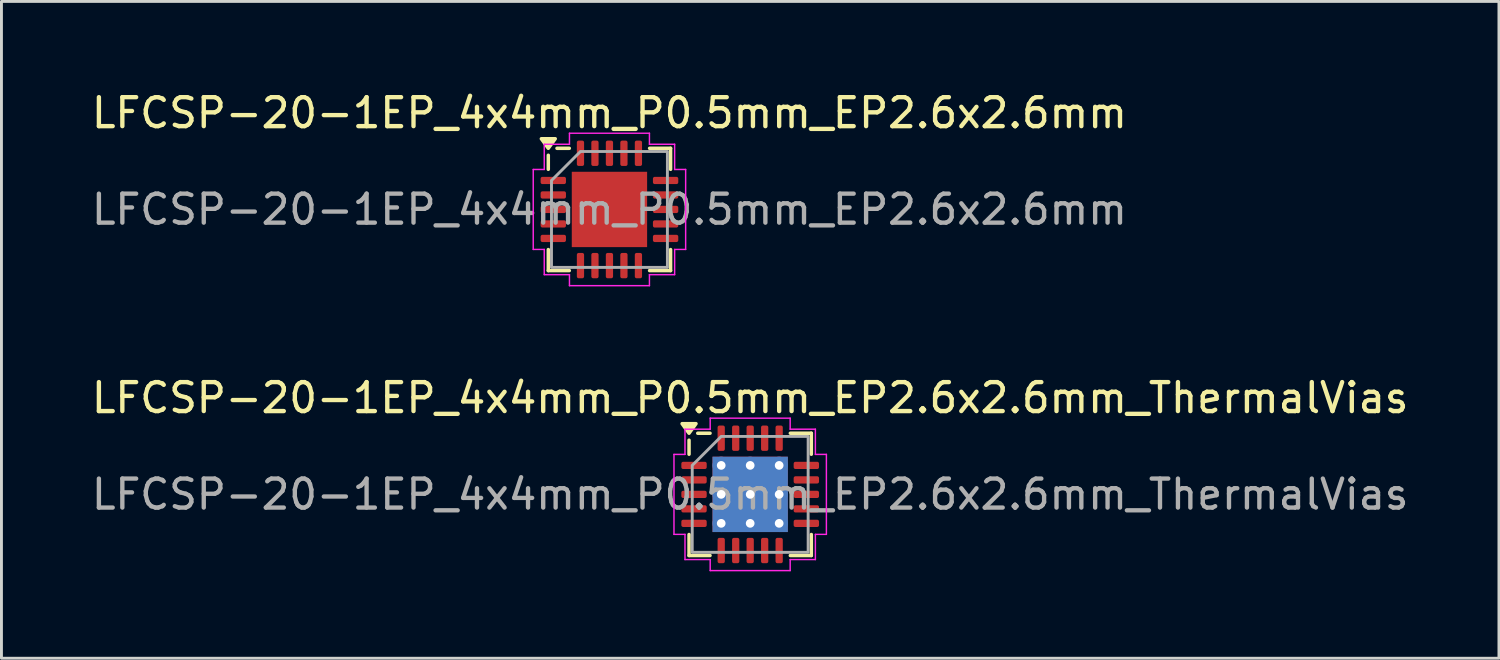
<source format=kicad_pcb>
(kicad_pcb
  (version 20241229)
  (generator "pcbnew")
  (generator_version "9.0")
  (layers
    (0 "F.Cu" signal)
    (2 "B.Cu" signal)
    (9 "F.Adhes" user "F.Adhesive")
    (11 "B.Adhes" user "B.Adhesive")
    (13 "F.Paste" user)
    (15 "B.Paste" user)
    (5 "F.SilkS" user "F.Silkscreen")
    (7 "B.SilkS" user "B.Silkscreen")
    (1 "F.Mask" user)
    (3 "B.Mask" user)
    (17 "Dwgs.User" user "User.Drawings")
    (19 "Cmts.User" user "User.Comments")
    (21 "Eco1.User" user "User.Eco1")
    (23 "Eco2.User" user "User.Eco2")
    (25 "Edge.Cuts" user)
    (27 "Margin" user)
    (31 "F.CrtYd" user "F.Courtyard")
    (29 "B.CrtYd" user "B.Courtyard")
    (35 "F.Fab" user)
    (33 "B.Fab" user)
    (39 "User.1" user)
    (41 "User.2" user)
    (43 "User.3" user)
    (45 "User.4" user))
  (footprint "LFCSP-20-1EP_4x4mm_P0.5mm_EP2.6x2.6mm_ThermalVias"
    (layer "F.Cu")
    (at 22.839 14.011)
    (property "Reference" "LFCSP-20-1EP_4x4mm_P0.5mm_EP2.6x2.6mm_ThermalVias" (at 0 -3.33 0) (layer "F.SilkS") (effects (font (size 1 1) (thickness 0.15))))
    (attr smd)
    (fp_line (start -2.11 -1.385) (end -2.11 -1.87) (stroke (width 0.12) (type solid)) (layer "F.SilkS"))
    (fp_line (start -2.11 2.11) (end -2.11 1.385) (stroke (width 0.12) (type solid)) (layer "F.SilkS"))
    (fp_line (start -1.385 -2.11) (end -1.81 -2.11) (stroke (width 0.12) (type solid)) (layer "F.SilkS"))
    (fp_line (start -1.385 2.11) (end -2.11 2.11) (stroke (width 0.12) (type solid)) (layer "F.SilkS"))
    (fp_line (start 1.385 -2.11) (end 2.11 -2.11) (stroke (width 0.12) (type solid)) (layer "F.SilkS"))
    (fp_line (start 1.385 2.11) (end 2.11 2.11) (stroke (width 0.12) (type solid)) (layer "F.SilkS"))
    (fp_line (start 2.11 -2.11) (end 2.11 -1.385) (stroke (width 0.12) (type solid)) (layer "F.SilkS"))
    (fp_line (start 2.11 2.11) (end 2.11 1.385) (stroke (width 0.12) (type solid)) (layer "F.SilkS"))
    (fp_poly (pts (xy -2.11 -2.11) (xy -2.35 -2.44) (xy -1.87 -2.44)) (stroke (width 0.12) (type solid)) (fill yes) (layer "F.SilkS"))
    (fp_line (start -2.63 -1.38) (end -2.25 -1.38) (stroke (width 0.05) (type solid)) (layer "F.CrtYd"))
    (fp_line (start -2.63 1.38) (end -2.63 -1.38) (stroke (width 0.05) (type solid)) (layer "F.CrtYd"))
    (fp_line (start -2.25 -2.25) (end -1.38 -2.25) (stroke (width 0.05) (type solid)) (layer "F.CrtYd"))
    (fp_line (start -2.25 -1.38) (end -2.25 -2.25) (stroke (width 0.05) (type solid)) (layer "F.CrtYd"))
    (fp_line (start -2.25 1.38) (end -2.63 1.38) (stroke (width 0.05) (type solid)) (layer "F.CrtYd"))
    (fp_line (start -2.25 2.25) (end -2.25 1.38) (stroke (width 0.05) (type solid)) (layer "F.CrtYd"))
    (fp_line (start -1.38 -2.63) (end 1.38 -2.63) (stroke (width 0.05) (type solid)) (layer "F.CrtYd"))
    (fp_line (start -1.38 -2.25) (end -1.38 -2.63) (stroke (width 0.05) (type solid)) (layer "F.CrtYd"))
    (fp_line (start -1.38 2.25) (end -2.25 2.25) (stroke (width 0.05) (type solid)) (layer "F.CrtYd"))
    (fp_line (start -1.38 2.63) (end -1.38 2.25) (stroke (width 0.05) (type solid)) (layer "F.CrtYd"))
    (fp_line (start 1.38 -2.63) (end 1.38 -2.25) (stroke (width 0.05) (type solid)) (layer "F.CrtYd"))
    (fp_line (start 1.38 -2.25) (end 2.25 -2.25) (stroke (width 0.05) (type solid)) (layer "F.CrtYd"))
    (fp_line (start 1.38 2.25) (end 1.38 2.63) (stroke (width 0.05) (type solid)) (layer "F.CrtYd"))
    (fp_line (start 1.38 2.63) (end -1.38 2.63) (stroke (width 0.05) (type solid)) (layer "F.CrtYd"))
    (fp_line (start 2.25 -2.25) (end 2.25 -1.38) (stroke (width 0.05) (type solid)) (layer "F.CrtYd"))
    (fp_line (start 2.25 -1.38) (end 2.63 -1.38) (stroke (width 0.05) (type solid)) (layer "F.CrtYd"))
    (fp_line (start 2.25 1.38) (end 2.25 2.25) (stroke (width 0.05) (type solid)) (layer "F.CrtYd"))
    (fp_line (start 2.25 2.25) (end 1.38 2.25) (stroke (width 0.05) (type solid)) (layer "F.CrtYd"))
    (fp_line (start 2.63 -1.38) (end 2.63 1.38) (stroke (width 0.05) (type solid)) (layer "F.CrtYd"))
    (fp_line (start 2.63 1.38) (end 2.25 1.38) (stroke (width 0.05) (type solid)) (layer "F.CrtYd"))
    (fp_poly (pts (xy -2 -1) (xy -2 2) (xy 2 2) (xy 2 -2) (xy -1 -2)) (stroke (width 0.1) (type solid)) (fill no) (layer "F.Fab"))
    (fp_text user "${REFERENCE}" (at 0 0 0) (layer "F.Fab") (effects (font (size 1 1) (thickness 0.15))))
    (pad "" smd roundrect (at -0.65 -0.65) (size 1.09 1.09) (layers "F.Paste") (roundrect_rratio 0.229))
    (pad "" smd roundrect (at -0.65 0.65) (size 1.09 1.09) (layers "F.Paste") (roundrect_rratio 0.229))
    (pad "" smd roundrect (at 0.65 -0.65) (size 1.09 1.09) (layers "F.Paste") (roundrect_rratio 0.229))
    (pad "" smd roundrect (at 0.65 0.65) (size 1.09 1.09) (layers "F.Paste") (roundrect_rratio 0.229))
    (pad "1" smd roundrect (at -1.938 -1) (size 0.875 0.25) (layers "F.Cu" "F.Mask" "F.Paste") (roundrect_rratio 0.25))
    (pad "2" smd roundrect (at -1.938 -0.5) (size 0.875 0.25) (layers "F.Cu" "F.Mask" "F.Paste") (roundrect_rratio 0.25))
    (pad "3" smd roundrect (at -1.938 0) (size 0.875 0.25) (layers "F.Cu" "F.Mask" "F.Paste") (roundrect_rratio 0.25))
    (pad "4" smd roundrect (at -1.938 0.5) (size 0.875 0.25) (layers "F.Cu" "F.Mask" "F.Paste") (roundrect_rratio 0.25))
    (pad "5" smd roundrect (at -1.938 1) (size 0.875 0.25) (layers "F.Cu" "F.Mask" "F.Paste") (roundrect_rratio 0.25))
    (pad "6" smd roundrect (at -1 1.938) (size 0.25 0.875) (layers "F.Cu" "F.Mask" "F.Paste") (roundrect_rratio 0.25))
    (pad "7" smd roundrect (at -0.5 1.938) (size 0.25 0.875) (layers "F.Cu" "F.Mask" "F.Paste") (roundrect_rratio 0.25))
    (pad "8" smd roundrect (at 0 1.938) (size 0.25 0.875) (layers "F.Cu" "F.Mask" "F.Paste") (roundrect_rratio 0.25))
    (pad "9" smd roundrect (at 0.5 1.938) (size 0.25 0.875) (layers "F.Cu" "F.Mask" "F.Paste") (roundrect_rratio 0.25))
    (pad "10" smd roundrect (at 1 1.938) (size 0.25 0.875) (layers "F.Cu" "F.Mask" "F.Paste") (roundrect_rratio 0.25))
    (pad "11" smd roundrect (at 1.938 1) (size 0.875 0.25) (layers "F.Cu" "F.Mask" "F.Paste") (roundrect_rratio 0.25))
    (pad "12" smd roundrect (at 1.938 0.5) (size 0.875 0.25) (layers "F.Cu" "F.Mask" "F.Paste") (roundrect_rratio 0.25))
    (pad "13" smd roundrect (at 1.938 0) (size 0.875 0.25) (layers "F.Cu" "F.Mask" "F.Paste") (roundrect_rratio 0.25))
    (pad "14" smd roundrect (at 1.938 -0.5) (size 0.875 0.25) (layers "F.Cu" "F.Mask" "F.Paste") (roundrect_rratio 0.25))
    (pad "15" smd roundrect (at 1.938 -1) (size 0.875 0.25) (layers "F.Cu" "F.Mask" "F.Paste") (roundrect_rratio 0.25))
    (pad "16" smd roundrect (at 1 -1.938) (size 0.25 0.875) (layers "F.Cu" "F.Mask" "F.Paste") (roundrect_rratio 0.25))
    (pad "17" smd roundrect (at 0.5 -1.938) (size 0.25 0.875) (layers "F.Cu" "F.Mask" "F.Paste") (roundrect_rratio 0.25))
    (pad "18" smd roundrect (at 0 -1.938) (size 0.25 0.875) (layers "F.Cu" "F.Mask" "F.Paste") (roundrect_rratio 0.25))
    (pad "19" smd roundrect (at -0.5 -1.938) (size 0.25 0.875) (layers "F.Cu" "F.Mask" "F.Paste") (roundrect_rratio 0.25))
    (pad "20" smd roundrect (at -1 -1.938) (size 0.25 0.875) (layers "F.Cu" "F.Mask" "F.Paste") (roundrect_rratio 0.25))
    (pad "21" thru_hole circle (at -1 -1) (size 0.6 0.6) (drill 0.3) (property pad_prop_heatsink) (layers "*.Cu"))
    (pad "21" thru_hole circle (at -1 0) (size 0.6 0.6) (drill 0.3) (property pad_prop_heatsink) (layers "*.Cu"))
    (pad "21" thru_hole circle (at -1 1) (size 0.6 0.6) (drill 0.3) (property pad_prop_heatsink) (layers "*.Cu"))
    (pad "21" thru_hole circle (at 0 -1) (size 0.6 0.6) (drill 0.3) (property pad_prop_heatsink) (layers "*.Cu"))
    (pad "21" thru_hole circle (at 0 0) (size 0.6 0.6) (drill 0.3) (property pad_prop_heatsink) (layers "*.Cu"))
    (pad "21" smd rect (at 0 0) (size 2.6 2.6) (property pad_prop_heatsink) (layers "F.Cu" "F.Mask"))
    (pad "21" smd rect (at 0 0) (size 2.6 2.6) (property pad_prop_heatsink) (layers "B.Cu"))
    (pad "21" thru_hole circle (at 0 1) (size 0.6 0.6) (drill 0.3) (property pad_prop_heatsink) (layers "*.Cu"))
    (pad "21" thru_hole circle (at 1 -1) (size 0.6 0.6) (drill 0.3) (property pad_prop_heatsink) (layers "*.Cu"))
    (pad "21" thru_hole circle (at 1 0) (size 0.6 0.6) (drill 0.3) (property pad_prop_heatsink) (layers "*.Cu"))
    (pad "21" thru_hole circle (at 1 1) (size 0.6 0.6) (drill 0.3) (property pad_prop_heatsink) (layers "*.Cu")))
  (footprint "LFCSP-20-1EP_4x4mm_P0.5mm_EP2.6x2.6mm"
    (layer "F.Cu")
    (at 17.982 4.178)
    (property "Reference" "LFCSP-20-1EP_4x4mm_P0.5mm_EP2.6x2.6mm" (at 0 -3.33 0) (layer "F.SilkS") (effects (font (size 1 1) (thickness 0.15))))
    (attr smd)
    (fp_line (start -2.11 -1.385) (end -2.11 -1.87) (stroke (width 0.12) (type solid)) (layer "F.SilkS"))
    (fp_line (start -2.11 2.11) (end -2.11 1.385) (stroke (width 0.12) (type solid)) (layer "F.SilkS"))
    (fp_line (start -1.385 -2.11) (end -1.81 -2.11) (stroke (width 0.12) (type solid)) (layer "F.SilkS"))
    (fp_line (start -1.385 2.11) (end -2.11 2.11) (stroke (width 0.12) (type solid)) (layer "F.SilkS"))
    (fp_line (start 1.385 -2.11) (end 2.11 -2.11) (stroke (width 0.12) (type solid)) (layer "F.SilkS"))
    (fp_line (start 1.385 2.11) (end 2.11 2.11) (stroke (width 0.12) (type solid)) (layer "F.SilkS"))
    (fp_line (start 2.11 -2.11) (end 2.11 -1.385) (stroke (width 0.12) (type solid)) (layer "F.SilkS"))
    (fp_line (start 2.11 2.11) (end 2.11 1.385) (stroke (width 0.12) (type solid)) (layer "F.SilkS"))
    (fp_poly (pts (xy -2.11 -2.11) (xy -2.35 -2.44) (xy -1.87 -2.44)) (stroke (width 0.12) (type solid)) (fill yes) (layer "F.SilkS"))
    (fp_line (start -2.63 -1.38) (end -2.25 -1.38) (stroke (width 0.05) (type solid)) (layer "F.CrtYd"))
    (fp_line (start -2.63 1.38) (end -2.63 -1.38) (stroke (width 0.05) (type solid)) (layer "F.CrtYd"))
    (fp_line (start -2.25 -2.25) (end -1.38 -2.25) (stroke (width 0.05) (type solid)) (layer "F.CrtYd"))
    (fp_line (start -2.25 -1.38) (end -2.25 -2.25) (stroke (width 0.05) (type solid)) (layer "F.CrtYd"))
    (fp_line (start -2.25 1.38) (end -2.63 1.38) (stroke (width 0.05) (type solid)) (layer "F.CrtYd"))
    (fp_line (start -2.25 2.25) (end -2.25 1.38) (stroke (width 0.05) (type solid)) (layer "F.CrtYd"))
    (fp_line (start -1.38 -2.63) (end 1.38 -2.63) (stroke (width 0.05) (type solid)) (layer "F.CrtYd"))
    (fp_line (start -1.38 -2.25) (end -1.38 -2.63) (stroke (width 0.05) (type solid)) (layer "F.CrtYd"))
    (fp_line (start -1.38 2.25) (end -2.25 2.25) (stroke (width 0.05) (type solid)) (layer "F.CrtYd"))
    (fp_line (start -1.38 2.63) (end -1.38 2.25) (stroke (width 0.05) (type solid)) (layer "F.CrtYd"))
    (fp_line (start 1.38 -2.63) (end 1.38 -2.25) (stroke (width 0.05) (type solid)) (layer "F.CrtYd"))
    (fp_line (start 1.38 -2.25) (end 2.25 -2.25) (stroke (width 0.05) (type solid)) (layer "F.CrtYd"))
    (fp_line (start 1.38 2.25) (end 1.38 2.63) (stroke (width 0.05) (type solid)) (layer "F.CrtYd"))
    (fp_line (start 1.38 2.63) (end -1.38 2.63) (stroke (width 0.05) (type solid)) (layer "F.CrtYd"))
    (fp_line (start 2.25 -2.25) (end 2.25 -1.38) (stroke (width 0.05) (type solid)) (layer "F.CrtYd"))
    (fp_line (start 2.25 -1.38) (end 2.63 -1.38) (stroke (width 0.05) (type solid)) (layer "F.CrtYd"))
    (fp_line (start 2.25 1.38) (end 2.25 2.25) (stroke (width 0.05) (type solid)) (layer "F.CrtYd"))
    (fp_line (start 2.25 2.25) (end 1.38 2.25) (stroke (width 0.05) (type solid)) (layer "F.CrtYd"))
    (fp_line (start 2.63 -1.38) (end 2.63 1.38) (stroke (width 0.05) (type solid)) (layer "F.CrtYd"))
    (fp_line (start 2.63 1.38) (end 2.25 1.38) (stroke (width 0.05) (type solid)) (layer "F.CrtYd"))
    (fp_poly (pts (xy -2 -1) (xy -2 2) (xy 2 2) (xy 2 -2) (xy -1 -2)) (stroke (width 0.1) (type solid)) (fill no) (layer "F.Fab"))
    (fp_text user "${REFERENCE}" (at 0 0 0) (layer "F.Fab") (effects (font (size 1 1) (thickness 0.15))))
    (pad "" smd roundrect (at -0.65 -0.65) (size 1.05 1.05) (layers "F.Paste") (roundrect_rratio 0.238))
    (pad "" smd roundrect (at -0.65 0.65) (size 1.05 1.05) (layers "F.Paste") (roundrect_rratio 0.238))
    (pad "" smd roundrect (at 0.65 -0.65) (size 1.05 1.05) (layers "F.Paste") (roundrect_rratio 0.238))
    (pad "" smd roundrect (at 0.65 0.65) (size 1.05 1.05) (layers "F.Paste") (roundrect_rratio 0.238))
    (pad "1" smd roundrect (at -1.938 -1) (size 0.875 0.25) (layers "F.Cu" "F.Mask" "F.Paste") (roundrect_rratio 0.25))
    (pad "2" smd roundrect (at -1.938 -0.5) (size 0.875 0.25) (layers "F.Cu" "F.Mask" "F.Paste") (roundrect_rratio 0.25))
    (pad "3" smd roundrect (at -1.938 0) (size 0.875 0.25) (layers "F.Cu" "F.Mask" "F.Paste") (roundrect_rratio 0.25))
    (pad "4" smd roundrect (at -1.938 0.5) (size 0.875 0.25) (layers "F.Cu" "F.Mask" "F.Paste") (roundrect_rratio 0.25))
    (pad "5" smd roundrect (at -1.938 1) (size 0.875 0.25) (layers "F.Cu" "F.Mask" "F.Paste") (roundrect_rratio 0.25))
    (pad "6" smd roundrect (at -1 1.938) (size 0.25 0.875) (layers "F.Cu" "F.Mask" "F.Paste") (roundrect_rratio 0.25))
    (pad "7" smd roundrect (at -0.5 1.938) (size 0.25 0.875) (layers "F.Cu" "F.Mask" "F.Paste") (roundrect_rratio 0.25))
    (pad "8" smd roundrect (at 0 1.938) (size 0.25 0.875) (layers "F.Cu" "F.Mask" "F.Paste") (roundrect_rratio 0.25))
    (pad "9" smd roundrect (at 0.5 1.938) (size 0.25 0.875) (layers "F.Cu" "F.Mask" "F.Paste") (roundrect_rratio 0.25))
    (pad "10" smd roundrect (at 1 1.938) (size 0.25 0.875) (layers "F.Cu" "F.Mask" "F.Paste") (roundrect_rratio 0.25))
    (pad "11" smd roundrect (at 1.938 1) (size 0.875 0.25) (layers "F.Cu" "F.Mask" "F.Paste") (roundrect_rratio 0.25))
    (pad "12" smd roundrect (at 1.938 0.5) (size 0.875 0.25) (layers "F.Cu" "F.Mask" "F.Paste") (roundrect_rratio 0.25))
    (pad "13" smd roundrect (at 1.938 0) (size 0.875 0.25) (layers "F.Cu" "F.Mask" "F.Paste") (roundrect_rratio 0.25))
    (pad "14" smd roundrect (at 1.938 -0.5) (size 0.875 0.25) (layers "F.Cu" "F.Mask" "F.Paste") (roundrect_rratio 0.25))
    (pad "15" smd roundrect (at 1.938 -1) (size 0.875 0.25) (layers "F.Cu" "F.Mask" "F.Paste") (roundrect_rratio 0.25))
    (pad "16" smd roundrect (at 1 -1.938) (size 0.25 0.875) (layers "F.Cu" "F.Mask" "F.Paste") (roundrect_rratio 0.25))
    (pad "17" smd roundrect (at 0.5 -1.938) (size 0.25 0.875) (layers "F.Cu" "F.Mask" "F.Paste") (roundrect_rratio 0.25))
    (pad "18" smd roundrect (at 0 -1.938) (size 0.25 0.875) (layers "F.Cu" "F.Mask" "F.Paste") (roundrect_rratio 0.25))
    (pad "19" smd roundrect (at -0.5 -1.938) (size 0.25 0.875) (layers "F.Cu" "F.Mask" "F.Paste") (roundrect_rratio 0.25))
    (pad "20" smd roundrect (at -1 -1.938) (size 0.25 0.875) (layers "F.Cu" "F.Mask" "F.Paste") (roundrect_rratio 0.25))
    (pad "21" smd rect (at 0 0) (size 2.6 2.6) (property pad_prop_heatsink) (layers "F.Cu" "F.Mask")))
  (gr_rect
    (start -3 -3)
    (end 48.679 19.666)
    (stroke (width 0.1) (type default))
    (fill no)
    (layer "Edge.Cuts")))
</source>
